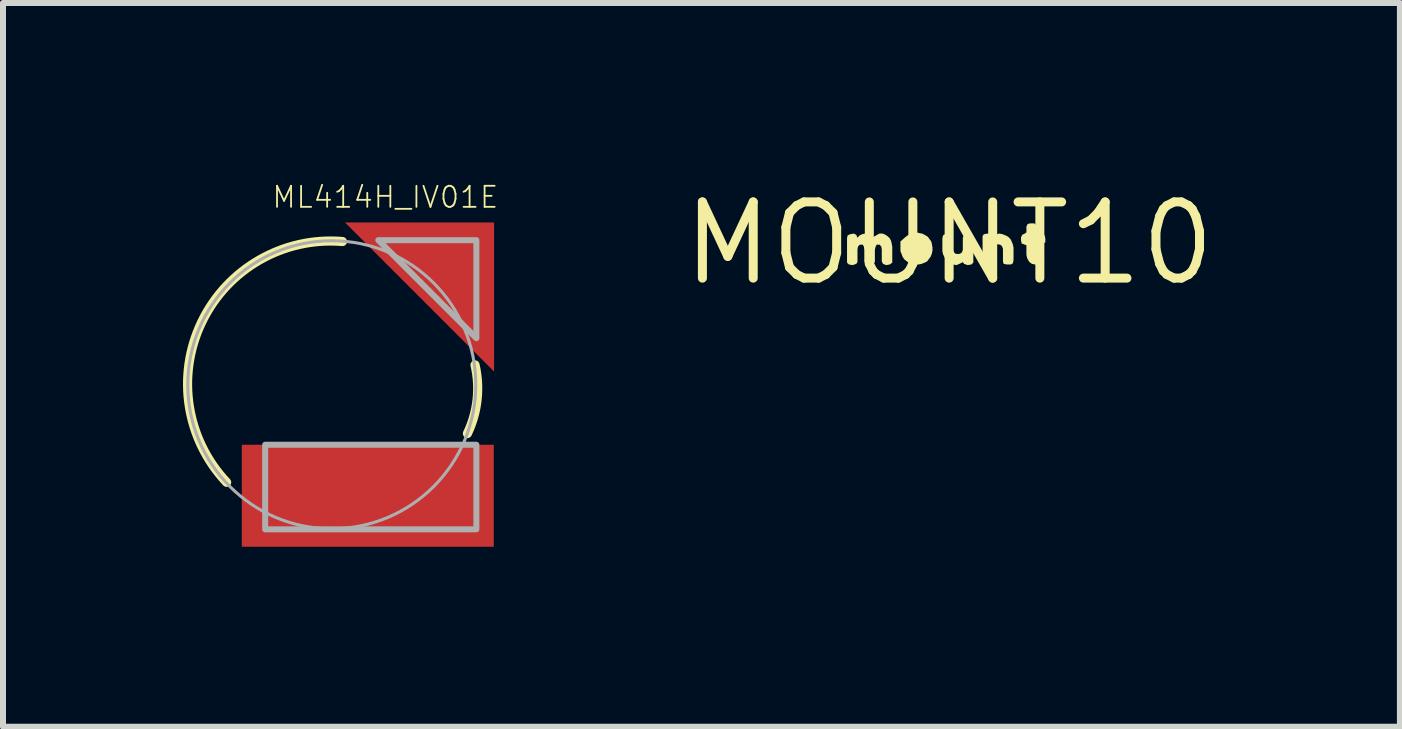
<source format=kicad_pcb>
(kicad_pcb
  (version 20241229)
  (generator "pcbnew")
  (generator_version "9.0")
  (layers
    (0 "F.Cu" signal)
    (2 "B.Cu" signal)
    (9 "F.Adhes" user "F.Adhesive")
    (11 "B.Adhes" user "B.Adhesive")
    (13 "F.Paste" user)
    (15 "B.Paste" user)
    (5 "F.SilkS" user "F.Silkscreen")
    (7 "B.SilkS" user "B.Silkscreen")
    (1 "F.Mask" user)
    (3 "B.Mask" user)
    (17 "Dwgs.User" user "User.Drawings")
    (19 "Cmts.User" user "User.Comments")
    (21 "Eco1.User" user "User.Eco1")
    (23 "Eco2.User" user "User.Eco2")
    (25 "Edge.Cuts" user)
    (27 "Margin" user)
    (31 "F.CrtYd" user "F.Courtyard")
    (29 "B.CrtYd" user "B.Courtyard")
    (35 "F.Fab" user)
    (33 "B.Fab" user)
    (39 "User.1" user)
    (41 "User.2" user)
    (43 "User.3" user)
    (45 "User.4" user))
  (footprint "ML414H_IV01E"
    (layer "F.Cu")
    (at 2.48 3.363)
    (property "Reference" "ML414H_IV01E" (at -1.016 -2.921 0) (layer "F.SilkS") (effects (font (size 0.351 0.351) (thickness 0.03)) (justify left bottom)))
    (fp_poly (pts (xy 2.705 -0.22) (xy 0.22 -2.705) (xy 2.705 -2.705)) (stroke (width 0) (type solid)) (fill yes) (layer "F.Cu"))
    (fp_poly (pts (xy 2.705 -0.22) (xy 0.22 -2.705) (xy 2.705 -2.705)) (stroke (width 0) (type solid)) (fill yes) (layer "F.Mask"))
    (fp_poly (pts (xy -1.5 2.7) (xy 2.7 2.7) (xy 2.7 1) (xy -1.5 1)) (stroke (width 0) (type solid)) (fill yes) (layer "F.Mask"))
    (fp_arc (start -1.752599 1.625602) (mid -2.167967 -1.045069) (end 0.1778 -2.3876) (stroke (width 0.1524) (type solid)) (layer "F.SilkS"))
    (fp_arc (start 2.3876 -0.3302) (mid 2.42159 0.252132) (end 2.260599 0.8128) (stroke (width 0.1524) (type solid)) (layer "F.SilkS"))
    (fp_poly (pts (xy 2.705 -0.22) (xy 0.22 -2.705) (xy 2.705 -2.705)) (stroke (width 0) (type solid)) (fill yes) (layer "F.Paste"))
    (fp_poly (pts (xy -1.5 2.7) (xy 2.7 2.7) (xy 2.7 1) (xy -1.5 1)) (stroke (width 0) (type solid)) (fill yes) (layer "F.Paste"))
    (fp_circle (center 0 0) (end 2.4 0) (stroke (width 0.051) (type solid)) (fill no) (layer "F.Fab"))
    (fp_poly (pts (xy 2.41 -0.776) (xy 0.776 -2.41) (xy 2.41 -2.41)) (stroke (width 0.1) (type solid)) (fill no) (layer "F.Fab"))
    (fp_poly (pts (xy 2.41 2.41) (xy -1.11 2.41) (xy -1.11 1) (xy 2.41 1)) (stroke (width 0.1) (type solid)) (fill no) (layer "F.Fab"))
    (pad "+" smd rect (at 2.022 -2.032) (size 1 1) (layers "F.Cu"))
    (pad "-" smd rect (at 0.6 1.85) (size 4.2 1.7) (layers "F.Cu")))
  (footprint "MOUNT10"
    (layer "F.Cu")
    (at 12.77 1.006)
    (property "Reference" "MOUNT10" (at 0 0 0) (layer "F.SilkS") (effects (font (size 1.27 1.27) (thickness 0.15))))
    (fp_poly (pts (xy -0.5 -0.172) (xy -0.449 -0.162) (xy -0.409 -0.142) (xy -0.358 -0.112) (xy -0.298 -0.031) (xy -0.288 0.009) (xy -0.278 0.07) (xy -0.278 0.12) (xy -0.288 0.171) (xy -0.308 0.221) (xy -0.338 0.262) (xy -0.368 0.302) (xy -0.409 0.322) (xy -0.459 0.342) (xy -0.51 0.352) (xy -0.61 0.352) (xy -0.659 0.333) (xy -0.659 0.334) (xy -0.661 0.332) (xy -0.664 0.331) (xy -0.663 0.331) (xy -0.702 0.302) (xy -0.742 0.272) (xy -0.772 0.231) (xy -0.792 0.181) (xy -0.812 0.13) (xy -0.812 -0.031) (xy -0.732 -0.102) (xy -0.692 -0.132) (xy -0.651 -0.162) (xy -0.6 -0.172) (xy -0.55 -0.183)) (stroke (width 0) (type solid)) (fill yes) (layer "F.SilkS"))
    (fp_poly (pts (xy 0.351 -0.152) (xy 0.392 -0.132) (xy 0.403 -0.09) (xy 0.403 0.321) (xy 0.371 0.352) (xy 0.31 0.363) (xy 0.248 0.342) (xy 0.229 0.313) (xy 0.211 0.322) (xy 0.171 0.342) (xy 0.12 0.363) (xy 0.069 0.352) (xy 0.019 0.332) (xy -0.021 0.312) (xy -0.062 0.271) (xy -0.082 0.221) (xy -0.102 0.181) (xy -0.113 0.13) (xy -0.113 -0.08) (xy -0.102 -0.132) (xy -0.071 -0.152) (xy -0.01 -0.163) (xy 0.042 -0.142) (xy 0.062 -0.101) (xy 0.062 0.109) (xy 0.082 0.149) (xy 0.111 0.177) (xy 0.169 0.177) (xy 0.208 0.158) (xy 0.228 0.11) (xy 0.228 -0.09) (xy 0.248 -0.142) (xy 0.29 -0.163)) (stroke (width 0) (type solid)) (fill yes) (layer "F.SilkS"))
    (fp_poly (pts (xy 0.891 -0.152) (xy 0.941 -0.132) (xy 0.981 -0.112) (xy 1.022 -0.071) (xy 1.042 -0.031) (xy 1.062 0.019) (xy 1.073 0.07) (xy 1.073 0.28) (xy 1.062 0.332) (xy 1.031 0.352) (xy 0.96 0.352) (xy 0.908 0.342) (xy 0.897 0.3) (xy 0.897 0.09) (xy 0.878 0.042) (xy 0.849 0.022) (xy 0.791 0.013) (xy 0.752 0.042) (xy 0.732 0.081) (xy 0.723 0.13) (xy 0.723 0.29) (xy 0.712 0.332) (xy 0.681 0.352) (xy 0.61 0.352) (xy 0.568 0.342) (xy 0.557 0.29) (xy 0.557 -0.121) (xy 0.579 -0.152) (xy 0.64 -0.163) (xy 0.702 -0.152) (xy 0.721 -0.113) (xy 0.749 -0.122) (xy 0.789 -0.152) (xy 0.84 -0.163)) (stroke (width 0) (type solid)) (fill yes) (layer "F.SilkS"))
    (fp_poly (pts (xy 1.452 -0.301) (xy 1.462 -0.25) (xy 1.462 -0.153) (xy 1.51 -0.163) (xy 1.561 -0.152) (xy 1.592 -0.132) (xy 1.603 -0.08) (xy 1.603 -0.019) (xy 1.561 0.012) (xy 1.52 0.023) (xy 1.472 0.013) (xy 1.462 0.05) (xy 1.462 0.15) (xy 1.472 0.188) (xy 1.531 0.198) (xy 1.572 0.208) (xy 1.583 0.27) (xy 1.572 0.331) (xy 1.541 0.352) (xy 1.49 0.363) (xy 1.43 0.352) (xy 1.379 0.342) (xy 1.338 0.312) (xy 1.318 0.281) (xy 1.298 0.241) (xy 1.288 0.19) (xy 1.288 0.032) (xy 1.208 0.002) (xy 1.198 -0.05) (xy 1.198 -0.101) (xy 1.218 -0.142) (xy 1.259 -0.162) (xy 1.288 -0.181) (xy 1.288 -0.281) (xy 1.308 -0.322) (xy 1.35 -0.333) (xy 1.421 -0.333)) (stroke (width 0) (type solid)) (fill yes) (layer "F.SilkS"))
    (fp_poly (pts (xy -1.548 -0.142) (xy -1.529 -0.094) (xy -1.491 -0.132) (xy -1.451 -0.152) (xy -1.4 -0.163) (xy -1.349 -0.142) (xy -1.308 -0.122) (xy -1.28 -0.084) (xy -1.252 -0.112) (xy -1.201 -0.142) (xy -1.161 -0.163) (xy -1.11 -0.163) (xy -1.059 -0.142) (xy -1.018 -0.112) (xy -0.988 -0.081) (xy -0.968 -0.041) (xy -0.958 -0.001) (xy -0.948 0.06) (xy -0.948 0.321) (xy -0.989 0.352) (xy -1.05 0.363) (xy -1.102 0.342) (xy -1.123 0.301) (xy -1.123 0.1) (xy -1.132 0.051) (xy -1.161 0.022) (xy -1.208 0.022) (xy -1.228 0.061) (xy -1.238 0.11) (xy -1.238 0.311) (xy -1.269 0.352) (xy -1.33 0.363) (xy -1.381 0.352) (xy -1.413 0.311) (xy -1.413 0.11) (xy -1.422 0.051) (xy -1.441 0.022) (xy -1.489 0.022) (xy -1.518 0.051) (xy -1.528 0.1) (xy -1.528 0.311) (xy -1.548 0.342) (xy -1.61 0.363) (xy -1.671 0.352) (xy -1.702 0.321) (xy -1.702 -0.09) (xy -1.692 -0.132) (xy -1.651 -0.152) (xy -1.59 -0.163)) (stroke (width 0) (type solid)) (fill yes) (layer "F.SilkS")))
  (gr_rect
    (start -3 -3)
    (end 20.283 9.063)
    (stroke (width 0.1) (type default))
    (fill no)
    (layer "Edge.Cuts")))
</source>
